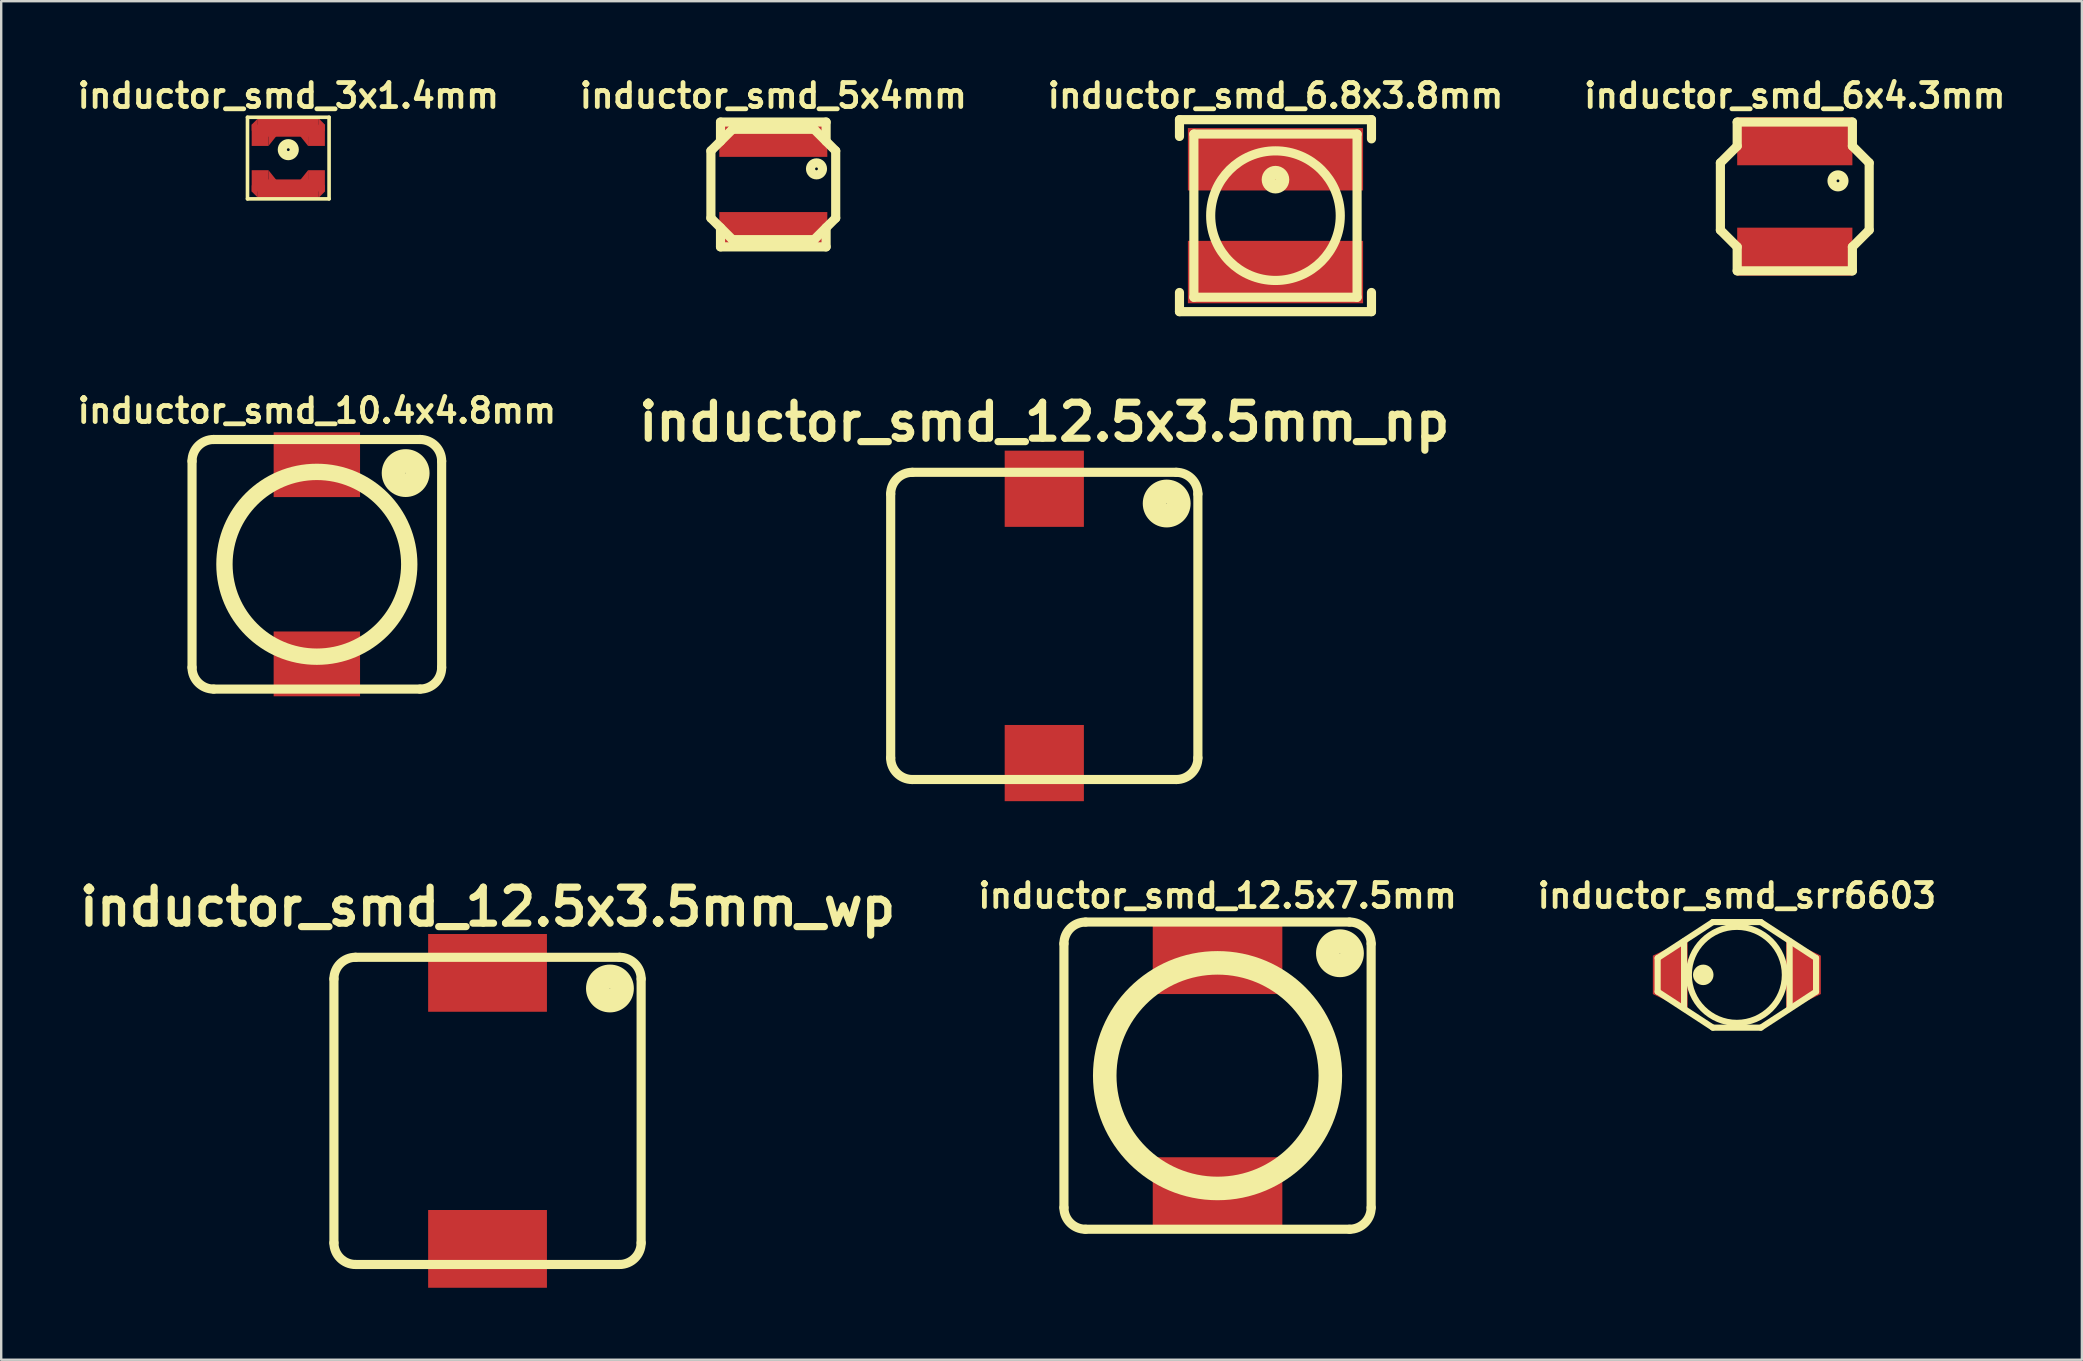
<source format=kicad_pcb>
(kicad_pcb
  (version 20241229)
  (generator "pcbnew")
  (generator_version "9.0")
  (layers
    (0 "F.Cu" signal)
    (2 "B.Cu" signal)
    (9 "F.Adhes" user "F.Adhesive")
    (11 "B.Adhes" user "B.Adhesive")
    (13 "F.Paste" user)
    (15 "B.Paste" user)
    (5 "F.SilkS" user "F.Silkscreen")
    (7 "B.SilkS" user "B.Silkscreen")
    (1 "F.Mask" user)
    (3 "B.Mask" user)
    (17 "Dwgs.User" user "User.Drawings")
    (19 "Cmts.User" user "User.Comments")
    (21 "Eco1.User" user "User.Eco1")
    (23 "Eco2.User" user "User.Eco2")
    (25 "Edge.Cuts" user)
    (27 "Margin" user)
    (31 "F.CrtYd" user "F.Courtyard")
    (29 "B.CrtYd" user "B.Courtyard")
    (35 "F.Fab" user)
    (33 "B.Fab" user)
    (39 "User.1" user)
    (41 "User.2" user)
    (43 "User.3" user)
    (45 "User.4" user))
  (footprint "inductor_smd_3x1.4mm"
    (layer "F.Cu")
    (at 8.962 3.536)
    (property "Reference" "inductor_smd_3x1.4mm" (at 0 -2.6 0) (layer "F.SilkS") (effects (font (size 1 1) (thickness 0.2))))
    (attr through_hole)
    (fp_line (start -1.7 -1.7) (end 1.7 -1.7) (stroke (width 0.15) (type solid)) (layer "F.SilkS"))
    (fp_line (start -1.7 1.7) (end -1.7 -1.7) (stroke (width 0.15) (type solid)) (layer "F.SilkS"))
    (fp_line (start 1.7 -1.7) (end 1.7 1.7) (stroke (width 0.15) (type solid)) (layer "F.SilkS"))
    (fp_line (start 1.7 1.7) (end -1.7 1.7) (stroke (width 0.15) (type solid)) (layer "F.SilkS"))
    (fp_circle (center 0 -0.35) (end 0 -0.101) (stroke (width 0.381) (type solid)) (fill no) (layer "F.SilkS"))
    (pad "1" smd trapezoid (at -1.397 -1.27 180) (size 0.255 0.505) (rect_delta 0.255 0) (layers "F.Cu" "F.Mask" "F.Paste"))
    (pad "1" smd rect (at -1.175 -0.948) (size 0.7 0.885) (layers "F.Cu" "F.Mask" "F.Paste"))
    (pad "1" smd trapezoid (at -0.625 -1.055) (size 0.4 0.6) (rect_delta 0.5 0) (layers "F.Cu" "F.Mask" "F.Paste"))
    (pad "1" smd rect (at 0 -1.27) (size 2.54 0.76) (layers "F.Cu" "F.Mask" "F.Paste"))
    (pad "1" smd trapezoid (at 0.625 -1.055 180) (size 0.4 0.6) (rect_delta 0.5 0) (layers "F.Cu" "F.Mask" "F.Paste"))
    (pad "1" smd rect (at 1.175 -0.948) (size 0.7 0.885) (layers "F.Cu" "F.Mask" "F.Paste"))
    (pad "1" smd trapezoid (at 1.397 -1.27) (size 0.255 0.505) (rect_delta 0.255 0) (layers "F.Cu" "F.Mask" "F.Paste"))
    (pad "2" smd trapezoid (at -1.397 1.27 180) (size 0.255 0.505) (rect_delta 0.255 0) (layers "F.Cu" "F.Mask" "F.Paste"))
    (pad "2" smd rect (at -1.175 0.948) (size 0.7 0.885) (layers "F.Cu" "F.Mask" "F.Paste"))
    (pad "2" smd trapezoid (at -0.625 1.055) (size 0.4 0.6) (rect_delta 0.5 0) (layers "F.Cu" "F.Mask" "F.Paste"))
    (pad "2" smd rect (at 0 1.27) (size 2.54 0.76) (layers "F.Cu" "F.Mask" "F.Paste"))
    (pad "2" smd trapezoid (at 0.625 1.055 180) (size 0.4 0.6) (rect_delta 0.5 0) (layers "F.Cu" "F.Mask" "F.Paste"))
    (pad "2" smd rect (at 1.175 0.948) (size 0.7 0.885) (layers "F.Cu" "F.Mask" "F.Paste"))
    (pad "2" smd trapezoid (at 1.397 1.27) (size 0.255 0.505) (rect_delta 0.255 0) (layers "F.Cu" "F.Mask" "F.Paste")))
  (footprint "inductor_smd_6.8x3.8mm"
    (layer "F.Cu")
    (at 50.095 5.936)
    (property "Reference" "inductor_smd_6.8x3.8mm" (at 0 -5 0) (layer "F.SilkS") (effects (font (size 1 1) (thickness 0.2))))
    (attr through_hole)
    (fp_line (start -4 -4) (end 4 -4) (stroke (width 0.381) (type solid)) (layer "F.SilkS"))
    (fp_line (start -4 -3.3) (end -4 -4) (stroke (width 0.381) (type solid)) (layer "F.SilkS"))
    (fp_line (start -4 3.2) (end -4 4) (stroke (width 0.381) (type solid)) (layer "F.SilkS"))
    (fp_line (start -4 4) (end 4 4) (stroke (width 0.381) (type solid)) (layer "F.SilkS"))
    (fp_line (start -3.4 -3.4) (end 3.4 -3.4) (stroke (width 0.381) (type solid)) (layer "F.SilkS"))
    (fp_line (start -3.4 3.4) (end -3.4 -3.4) (stroke (width 0.381) (type solid)) (layer "F.SilkS"))
    (fp_line (start 3.4 -3.4) (end 3.4 3.4) (stroke (width 0.381) (type solid)) (layer "F.SilkS"))
    (fp_line (start 3.4 3.4) (end -3.4 3.4) (stroke (width 0.381) (type solid)) (layer "F.SilkS"))
    (fp_line (start 4 -4) (end 4 -3.2) (stroke (width 0.381) (type solid)) (layer "F.SilkS"))
    (fp_line (start 4 4) (end 4 3.2) (stroke (width 0.381) (type solid)) (layer "F.SilkS"))
    (fp_circle (center 0 -1.5) (end 0 -1.3) (stroke (width 0.381) (type solid)) (fill no) (layer "F.SilkS"))
    (fp_circle (center 0 -1.5) (end 0.4 -1.5) (stroke (width 0.15) (type solid)) (fill no) (layer "F.SilkS"))
    (fp_circle (center 0 -1.5) (end 0.5 -1.5) (stroke (width 0.15) (type solid)) (fill no) (layer "F.SilkS"))
    (fp_circle (center 0 0) (end 2.7 0) (stroke (width 0.381) (type solid)) (fill no) (layer "F.SilkS"))
    (pad "1" smd rect (at 0 -2.35) (size 7.3 2.6) (layers "F.Cu" "F.Mask" "F.Paste"))
    (pad "2" smd rect (at 0 2.35) (size 7.3 2.6) (layers "F.Cu" "F.Mask" "F.Paste")))
  (footprint "inductor_smd_srr6603"
    (layer "F.Cu")
    (at 69.319 37.569)
    (property "Reference" "inductor_smd_srr6603" (at 0 -3.3 0) (layer "F.SilkS") (effects (font (size 1 1) (thickness 0.2))))
    (attr through_hole)
    (fp_line (start -3.3 -0.7) (end -1 -2.2) (stroke (width 0.254) (type solid)) (layer "F.SilkS"))
    (fp_line (start -3.3 0.7) (end -3.3 -0.7) (stroke (width 0.254) (type solid)) (layer "F.SilkS"))
    (fp_line (start -2.2 -1.4) (end -2.2 1.4) (stroke (width 0.254) (type solid)) (layer "F.SilkS"))
    (fp_line (start -1 -2.2) (end 1 -2.2) (stroke (width 0.254) (type solid)) (layer "F.SilkS"))
    (fp_line (start -1 2.2) (end -3.3 0.7) (stroke (width 0.254) (type solid)) (layer "F.SilkS"))
    (fp_line (start -1 2.2) (end 1 2.2) (stroke (width 0.254) (type solid)) (layer "F.SilkS"))
    (fp_line (start 1 -2.2) (end 3.3 -0.7) (stroke (width 0.254) (type solid)) (layer "F.SilkS"))
    (fp_line (start 1 2.2) (end 3.3 0.7) (stroke (width 0.254) (type solid)) (layer "F.SilkS"))
    (fp_line (start 2.2 1.4) (end 2.2 -1.4) (stroke (width 0.254) (type solid)) (layer "F.SilkS"))
    (fp_line (start 3.3 -0.7) (end 3.3 0.7) (stroke (width 0.254) (type solid)) (layer "F.SilkS"))
    (fp_circle (center -1.4 0) (end -1.1 0) (stroke (width 0.254) (type solid)) (fill no) (layer "F.SilkS"))
    (fp_circle (center 0 0) (end 2 0) (stroke (width 0.254) (type solid)) (fill no) (layer "F.SilkS"))
    (fp_poly (pts (xy -1.6 -0.2) (xy -1.4 -0.3) (xy -1.2 -0.2) (xy -1.2 0.1) (xy -1.3 0.2) (xy -1.5 0.2) (xy -1.6 0.1)) (stroke (width 0.15) (type solid)) (fill yes) (layer "F.SilkS"))
    (pad "1" smd trapezoid (at -2.775 0 90) (size 2.3 1.45) (rect_delta 0 0.7) (layers "F.Cu" "F.Mask" "F.Paste"))
    (pad "2" smd trapezoid (at 2.775 0 270) (size 2.3 1.45) (rect_delta 0 0.7) (layers "F.Cu" "F.Mask" "F.Paste")))
  (footprint "inductor_smd_12.5x7.5mm"
    (layer "F.Cu")
    (at 47.681 41.769)
    (property "Reference" "inductor_smd_12.5x7.5mm" (at 0 -7.5 0) (layer "F.SilkS") (effects (font (size 1 1) (thickness 0.2))))
    (attr through_hole)
    (fp_line (start -6.4 5.5) (end -6.4 -5.5) (stroke (width 0.381) (type solid)) (layer "F.SilkS"))
    (fp_line (start -5.5 -6.4) (end 5.5 -6.4) (stroke (width 0.381) (type solid)) (layer "F.SilkS"))
    (fp_line (start -5.5 6.4) (end 5.5 6.4) (stroke (width 0.381) (type solid)) (layer "F.SilkS"))
    (fp_line (start 6.4 -5.5) (end 6.4 5.5) (stroke (width 0.381) (type solid)) (layer "F.SilkS"))
    (fp_arc (start -6.4 -5.5) (mid -6.136396 -6.136396) (end -5.5 -6.4) (stroke (width 0.381) (type solid)) (layer "F.SilkS"))
    (fp_arc (start -5.5 6.4) (mid -6.136396 6.136396) (end -6.4 5.5) (stroke (width 0.381) (type solid)) (layer "F.SilkS"))
    (fp_arc (start 5.5 -6.4) (mid 6.136396 -6.136396) (end 6.4 -5.5) (stroke (width 0.381) (type solid)) (layer "F.SilkS"))
    (fp_arc (start 6.4 5.5) (mid 6.136396 6.136396) (end 5.5 6.4) (stroke (width 0.381) (type solid)) (layer "F.SilkS"))
    (fp_circle (center 0 0) (end 4.4 0) (stroke (width 0.381) (type solid)) (fill no) (layer "F.SilkS"))
    (fp_circle (center 0 0) (end 4.7 0) (stroke (width 0.381) (type solid)) (fill no) (layer "F.SilkS"))
    (fp_circle (center 0 0) (end 5 0) (stroke (width 0.381) (type solid)) (fill no) (layer "F.SilkS"))
    (fp_circle (center 5.1 -5.1) (end 5.3 -5.1) (stroke (width 0.381) (type solid)) (fill no) (layer "F.SilkS"))
    (fp_circle (center 5.1 -5.1) (end 5.6 -5.1) (stroke (width 0.381) (type solid)) (fill no) (layer "F.SilkS"))
    (fp_circle (center 5.1 -5.1) (end 5.9 -5) (stroke (width 0.381) (type solid)) (fill no) (layer "F.SilkS"))
    (pad "1" smd rect (at 0 -4.85) (size 5.4 2.9) (layers "F.Cu" "F.Mask" "F.Paste"))
    (pad "2" smd rect (at 0 4.85) (size 5.4 2.9) (layers "F.Cu" "F.Mask" "F.Paste")))
  (footprint "inductor_smd_6x4.3mm"
    (layer "F.Cu")
    (at 71.733 5.136)
    (property "Reference" "inductor_smd_6x4.3mm" (at 0 -4.2 0) (layer "F.SilkS") (effects (font (size 1 1) (thickness 0.2))))
    (attr through_hole)
    (fp_line (start -3.1 1.4) (end -3.1 -1.4) (stroke (width 0.381) (type solid)) (layer "F.SilkS"))
    (fp_line (start -2.4 -3.1) (end 2.4 -3.1) (stroke (width 0.381) (type solid)) (layer "F.SilkS"))
    (fp_line (start -2.4 -2.1) (end -3.1 -1.4) (stroke (width 0.381) (type solid)) (layer "F.SilkS"))
    (fp_line (start -2.4 -2.1) (end -2.4 -3.1) (stroke (width 0.381) (type solid)) (layer "F.SilkS"))
    (fp_line (start -2.4 2.1) (end -3.1 1.4) (stroke (width 0.381) (type solid)) (layer "F.SilkS"))
    (fp_line (start -2.4 2.1) (end -2.4 3.1) (stroke (width 0.381) (type solid)) (layer "F.SilkS"))
    (fp_line (start 2.4 -3.1) (end 2.4 -2.1) (stroke (width 0.381) (type solid)) (layer "F.SilkS"))
    (fp_line (start 2.4 -2.1) (end 3.1 -1.4) (stroke (width 0.381) (type solid)) (layer "F.SilkS"))
    (fp_line (start 2.4 2.1) (end 3.1 1.4) (stroke (width 0.381) (type solid)) (layer "F.SilkS"))
    (fp_line (start 2.4 3.1) (end -2.4 3.1) (stroke (width 0.381) (type solid)) (layer "F.SilkS"))
    (fp_line (start 2.4 3.1) (end 2.4 2.1) (stroke (width 0.381) (type solid)) (layer "F.SilkS"))
    (fp_line (start 3.1 1.4) (end 3.1 -1.4) (stroke (width 0.381) (type solid)) (layer "F.SilkS"))
    (fp_circle (center 1.8 -0.65) (end 1.8 -0.401) (stroke (width 0.381) (type solid)) (fill no) (layer "F.SilkS"))
    (pad "1" smd rect (at 0 -2.3) (size 4.8 2) (layers "F.Cu" "F.Mask" "F.Paste"))
    (pad "2" smd rect (at 0 2.3) (size 4.8 2) (layers "F.Cu" "F.Mask" "F.Paste")))
  (footprint "inductor_smd_12.5x3.5mm_np"
    (layer "F.Cu")
    (at 40.462 23.03)
    (property "Reference" "inductor_smd_12.5x3.5mm_np" (at 0 -8.5 0) (layer "F.SilkS") (effects (font (size 1.5 1.5) (thickness 0.3))))
    (attr through_hole)
    (fp_line (start -6.4 5.5) (end -6.4 -5.5) (stroke (width 0.381) (type solid)) (layer "F.SilkS"))
    (fp_line (start -5.5 -6.4) (end 5.5 -6.4) (stroke (width 0.381) (type solid)) (layer "F.SilkS"))
    (fp_line (start -5.5 6.4) (end 5.5 6.4) (stroke (width 0.381) (type solid)) (layer "F.SilkS"))
    (fp_line (start 6.4 -5.5) (end 6.4 5.5) (stroke (width 0.381) (type solid)) (layer "F.SilkS"))
    (fp_arc (start -6.4 -5.5) (mid -6.136396 -6.136396) (end -5.5 -6.4) (stroke (width 0.381) (type solid)) (layer "F.SilkS"))
    (fp_arc (start -5.5 6.4) (mid -6.136396 6.136396) (end -6.4 5.5) (stroke (width 0.381) (type solid)) (layer "F.SilkS"))
    (fp_arc (start 5.5 -6.4) (mid 6.136396 -6.136396) (end 6.4 -5.5) (stroke (width 0.381) (type solid)) (layer "F.SilkS"))
    (fp_arc (start 6.4 5.5) (mid 6.136396 6.136396) (end 5.5 6.4) (stroke (width 0.381) (type solid)) (layer "F.SilkS"))
    (fp_circle (center 5.1 -5.1) (end 5.3 -5.1) (stroke (width 0.381) (type solid)) (fill no) (layer "F.SilkS"))
    (fp_circle (center 5.1 -5.1) (end 5.6 -5.1) (stroke (width 0.381) (type solid)) (fill no) (layer "F.SilkS"))
    (fp_circle (center 5.1 -5.1) (end 5.9 -5) (stroke (width 0.381) (type solid)) (fill no) (layer "F.SilkS"))
    (pad "1" smd rect (at 0 -5.715) (size 3.3 3.175) (layers "F.Cu" "F.Mask" "F.Paste"))
    (pad "2" smd rect (at 0 5.715) (size 3.3 3.175) (layers "F.Cu" "F.Mask" "F.Paste")))
  (footprint "inductor_smd_12.5x3.5mm_wp"
    (layer "F.Cu")
    (at 17.264 43.237)
    (property "Reference" "inductor_smd_12.5x3.5mm_wp" (at 0 -8.5 0) (layer "F.SilkS") (effects (font (size 1.5 1.5) (thickness 0.3))))
    (attr through_hole)
    (fp_line (start -6.4 5.5) (end -6.4 -5.5) (stroke (width 0.381) (type solid)) (layer "F.SilkS"))
    (fp_line (start -5.5 -6.4) (end 5.5 -6.4) (stroke (width 0.381) (type solid)) (layer "F.SilkS"))
    (fp_line (start -5.5 6.4) (end 5.5 6.4) (stroke (width 0.381) (type solid)) (layer "F.SilkS"))
    (fp_line (start 6.4 -5.5) (end 6.4 5.5) (stroke (width 0.381) (type solid)) (layer "F.SilkS"))
    (fp_arc (start -6.4 -5.5) (mid -6.136396 -6.136396) (end -5.5 -6.4) (stroke (width 0.381) (type solid)) (layer "F.SilkS"))
    (fp_arc (start -5.5 6.4) (mid -6.136396 6.136396) (end -6.4 5.5) (stroke (width 0.381) (type solid)) (layer "F.SilkS"))
    (fp_arc (start 5.5 -6.4) (mid 6.136396 -6.136396) (end 6.4 -5.5) (stroke (width 0.381) (type solid)) (layer "F.SilkS"))
    (fp_arc (start 6.4 5.5) (mid 6.136396 6.136396) (end 5.5 6.4) (stroke (width 0.381) (type solid)) (layer "F.SilkS"))
    (fp_circle (center 5.1 -5.1) (end 5.3 -5.1) (stroke (width 0.381) (type solid)) (fill no) (layer "F.SilkS"))
    (fp_circle (center 5.1 -5.1) (end 5.6 -5.1) (stroke (width 0.381) (type solid)) (fill no) (layer "F.SilkS"))
    (fp_circle (center 5.1 -5.1) (end 5.9 -5) (stroke (width 0.381) (type solid)) (fill no) (layer "F.SilkS"))
    (pad "1" smd rect (at 0 -5.75) (size 4.95 3.24) (layers "F.Cu" "F.Mask" "F.Paste"))
    (pad "2" smd rect (at 0 5.75) (size 4.95 3.24) (layers "F.Cu" "F.Mask" "F.Paste")))
  (footprint "inductor_smd_10.4x4.8mm"
    (layer "F.Cu")
    (at 10.152 20.462)
    (property "Reference" "inductor_smd_10.4x4.8mm" (at 0 -6.4 0) (layer "F.SilkS") (effects (font (size 1 1) (thickness 0.2))))
    (attr through_hole)
    (fp_line (start -5.2 4.3) (end -5.2 -4.3) (stroke (width 0.381) (type solid)) (layer "F.SilkS"))
    (fp_line (start -4.3 -5.2) (end 4.3 -5.2) (stroke (width 0.381) (type solid)) (layer "F.SilkS"))
    (fp_line (start -4.3 5.2) (end 4.3 5.2) (stroke (width 0.381) (type solid)) (layer "F.SilkS"))
    (fp_line (start 5.2 -4.3) (end 5.2 4.3) (stroke (width 0.381) (type solid)) (layer "F.SilkS"))
    (fp_arc (start -5.2 -4.3) (mid -4.936396 -4.936396) (end -4.3 -5.2) (stroke (width 0.381) (type solid)) (layer "F.SilkS"))
    (fp_arc (start -4.3 5.2) (mid -4.936396 4.936396) (end -5.2 4.3) (stroke (width 0.381) (type solid)) (layer "F.SilkS"))
    (fp_arc (start 4.3 -5.2) (mid 4.936396 -4.936396) (end 5.2 -4.3) (stroke (width 0.381) (type solid)) (layer "F.SilkS"))
    (fp_arc (start 5.2 4.3) (mid 4.936396 4.936396) (end 4.3 5.2) (stroke (width 0.381) (type solid)) (layer "F.SilkS"))
    (fp_circle (center 0 0) (end 3.7 0) (stroke (width 0.381) (type solid)) (fill no) (layer "F.SilkS"))
    (fp_circle (center 0 0) (end 4 0) (stroke (width 0.381) (type solid)) (fill no) (layer "F.SilkS"))
    (fp_circle (center 3.7 -3.8) (end 3.9 -3.8) (stroke (width 0.381) (type solid)) (fill no) (layer "F.SilkS"))
    (fp_circle (center 3.7 -3.8) (end 4.2 -3.8) (stroke (width 0.381) (type solid)) (fill no) (layer "F.SilkS"))
    (fp_circle (center 3.7 -3.8) (end 4.5 -3.7) (stroke (width 0.381) (type solid)) (fill no) (layer "F.SilkS"))
    (pad "1" smd rect (at 0 -4.15) (size 3.6 2.7) (layers "F.Cu" "F.Mask" "F.Paste"))
    (pad "2" smd rect (at 0 4.15) (size 3.6 2.7) (layers "F.Cu" "F.Mask" "F.Paste")))
  (footprint "inductor_smd_5x4mm"
    (layer "F.Cu")
    (at 29.171 4.636)
    (property "Reference" "inductor_smd_5x4mm" (at 0 -3.7 0) (layer "F.SilkS") (effects (font (size 1 1) (thickness 0.2))))
    (attr through_hole)
    (fp_line (start -2.6 1.4) (end -2.6 -1.4) (stroke (width 0.381) (type solid)) (layer "F.SilkS"))
    (fp_line (start -2.2 -2.6) (end 2.2 -2.6) (stroke (width 0.381) (type solid)) (layer "F.SilkS"))
    (fp_line (start -2.2 -1.8) (end -2.2 -2.6) (stroke (width 0.381) (type solid)) (layer "F.SilkS"))
    (fp_line (start -2.2 1.8) (end -2.2 2.6) (stroke (width 0.381) (type solid)) (layer "F.SilkS"))
    (fp_line (start -2.2 2.6) (end 2.2 2.6) (stroke (width 0.381) (type solid)) (layer "F.SilkS"))
    (fp_line (start -1.7 -2.3) (end -2.6 -1.4) (stroke (width 0.381) (type solid)) (layer "F.SilkS"))
    (fp_line (start -1.7 -2.3) (end 1.7 -2.3) (stroke (width 0.381) (type solid)) (layer "F.SilkS"))
    (fp_line (start -1.7 2.3) (end -2.6 1.4) (stroke (width 0.381) (type solid)) (layer "F.SilkS"))
    (fp_line (start 1.7 -2.3) (end 2.6 -1.4) (stroke (width 0.381) (type solid)) (layer "F.SilkS"))
    (fp_line (start 1.7 2.3) (end -1.7 2.3) (stroke (width 0.381) (type solid)) (layer "F.SilkS"))
    (fp_line (start 1.7 2.3) (end 2.6 1.4) (stroke (width 0.381) (type solid)) (layer "F.SilkS"))
    (fp_line (start 2.2 -2.6) (end 2.2 -1.8) (stroke (width 0.381) (type solid)) (layer "F.SilkS"))
    (fp_line (start 2.2 2.6) (end 2.2 1.8) (stroke (width 0.381) (type solid)) (layer "F.SilkS"))
    (fp_line (start 2.6 1.4) (end 2.6 -1.4) (stroke (width 0.381) (type solid)) (layer "F.SilkS"))
    (fp_circle (center 1.8 -0.65) (end 1.8 -0.401) (stroke (width 0.381) (type solid)) (fill no) (layer "F.SilkS"))
    (pad "1" smd rect (at 0 -1.95) (size 4.5 1.6) (layers "F.Cu" "F.Mask" "F.Paste"))
    (pad "2" smd rect (at 0 1.95) (size 4.5 1.6) (layers "F.Cu" "F.Mask" "F.Paste")))
  (gr_rect
    (start -3 -3)
    (end 83.695 53.607)
    (stroke (width 0.1) (type default))
    (fill no)
    (layer "Edge.Cuts")))
</source>
